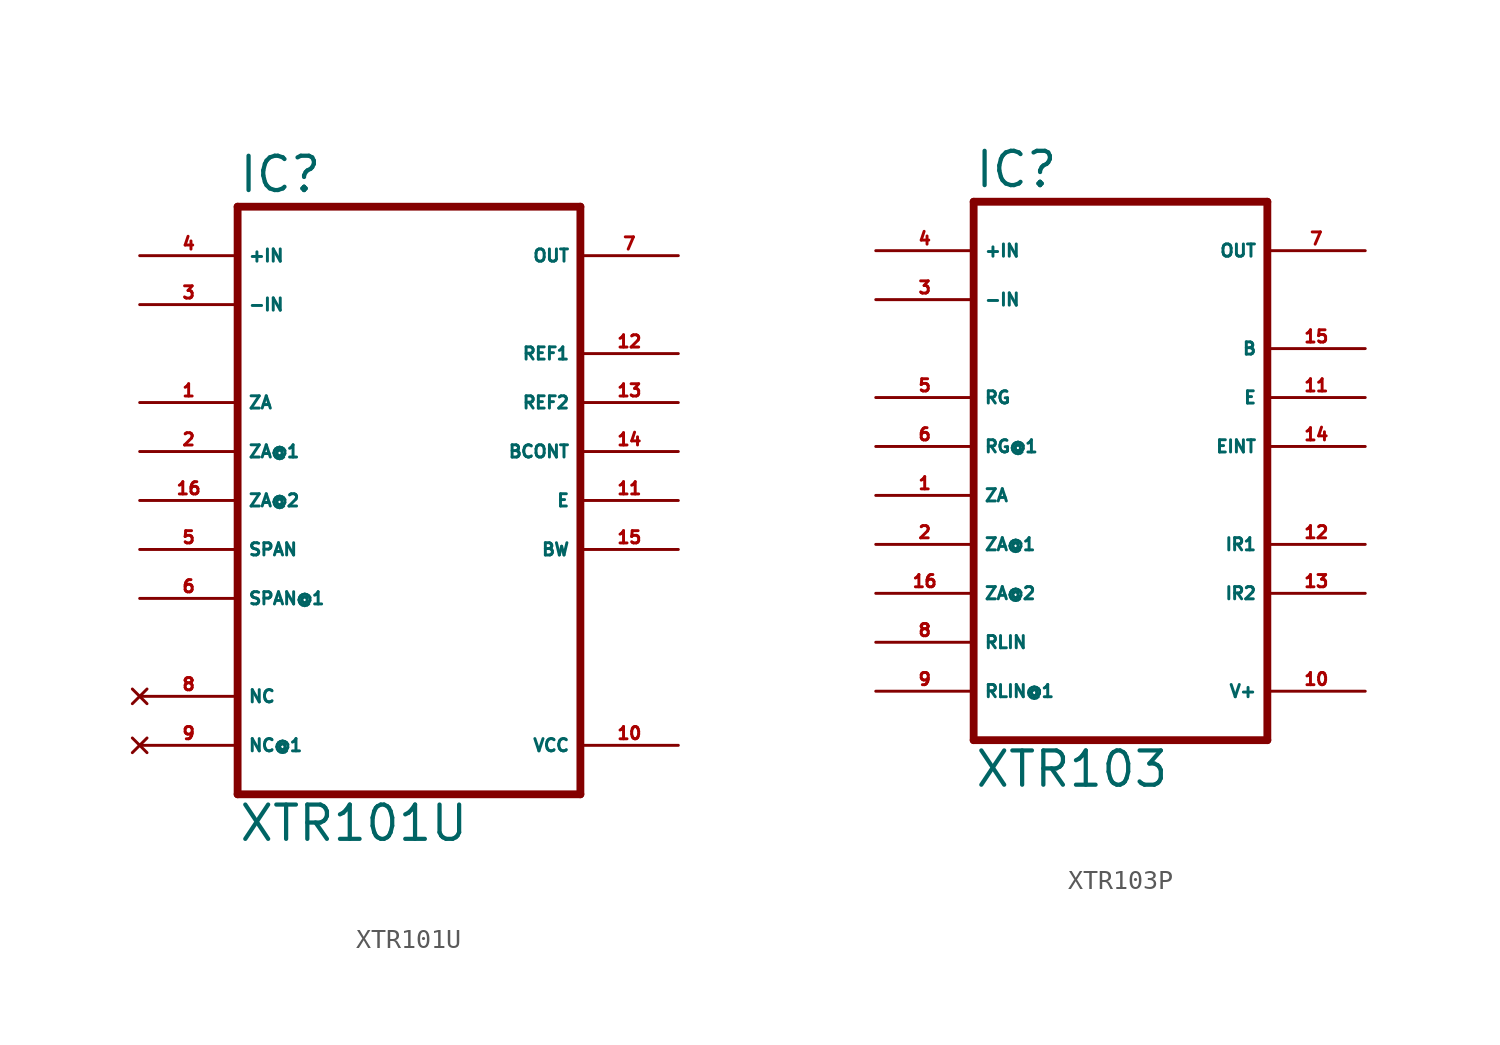
<source format=kicad_sym>
(kicad_symbol_lib
  (version 20220914)
  (generator Eagle2Kicad)
  (symbol "XTR101U"
    (property "Reference" "IC"
      (at -7.62 13.335 0)
      (effects (font (size 1.778 1.778) (thickness 0.22)) (justify left bottom)))
    (property "Value" "XTR101U"
      (at -7.62 -20.32 0)
      (effects (font (size 1.778 1.778) (thickness 0.22)) (justify left bottom)))
    (polyline
      (pts (xy -7.62 -17.78) (xy 10.16 -17.78))
      (stroke (width 0.406) (type default))
      (fill (type none)))
    (polyline
      (pts (xy 10.16 -17.78) (xy 10.16 12.7))
      (stroke (width 0.406) (type default))
      (fill (type none)))
    (polyline
      (pts (xy 10.16 12.7) (xy -7.62 12.7))
      (stroke (width 0.406) (type default))
      (fill (type none)))
    (polyline
      (pts (xy -7.62 12.7) (xy -7.62 -17.78))
      (stroke (width 0.406) (type default))
      (fill (type none)))
    (pin output line
      (at 15.24 10.16 180)
      (length 5.08)
      (name "OUT" (effects (font (size 0.635 0.635) (thickness 0.08)) (justify left bottom)))
      (number "7" (effects (font (size 0.635 0.635) (thickness 0.08)) (justify left bottom))))
    (pin output line
      (at 15.24 5.08 180)
      (length 5.08)
      (name "REF1" (effects (font (size 0.635 0.635) (thickness 0.08)) (justify left bottom)))
      (number "12" (effects (font (size 0.635 0.635) (thickness 0.08)) (justify left bottom))))
    (pin output line
      (at 15.24 2.54 180)
      (length 5.08)
      (name "REF2" (effects (font (size 0.635 0.635) (thickness 0.08)) (justify left bottom)))
      (number "13" (effects (font (size 0.635 0.635) (thickness 0.08)) (justify left bottom))))
    (pin output line
      (at 15.24 0 180)
      (length 5.08)
      (name "BCONT" (effects (font (size 0.635 0.635) (thickness 0.08)) (justify left bottom)))
      (number "14" (effects (font (size 0.635 0.635) (thickness 0.08)) (justify left bottom))))
    (pin input line
      (at -12.7 10.16 0)
      (length 5.08)
      (name "+IN" (effects (font (size 0.635 0.635) (thickness 0.08)) (justify left bottom)))
      (number "4" (effects (font (size 0.635 0.635) (thickness 0.08)) (justify left bottom))))
    (pin input line
      (at -12.7 7.62 0)
      (length 5.08)
      (name "-IN" (effects (font (size 0.635 0.635) (thickness 0.08)) (justify left bottom)))
      (number "3" (effects (font (size 0.635 0.635) (thickness 0.08)) (justify left bottom))))
    (pin passive line
      (at -12.7 2.54 0)
      (length 5.08)
      (name "ZA" (effects (font (size 0.635 0.635) (thickness 0.08)) (justify left bottom)))
      (number "1" (effects (font (size 0.635 0.635) (thickness 0.08)) (justify left bottom))))
    (pin passive line
      (at -12.7 0 0)
      (length 5.08)
      (name "ZA@1" (effects (font (size 0.635 0.635) (thickness 0.08)) (justify left bottom)))
      (number "2" (effects (font (size 0.635 0.635) (thickness 0.08)) (justify left bottom))))
    (pin unspecified line
      (at 15.24 -15.24 180)
      (length 5.08)
      (name "VCC" (effects (font (size 0.635 0.635) (thickness 0.08)) (justify left bottom)))
      (number "10" (effects (font (size 0.635 0.635) (thickness 0.08)) (justify left bottom))))
    (pin unspecified line
      (at -12.7 -2.54 0)
      (length 5.08)
      (name "ZA@2" (effects (font (size 0.635 0.635) (thickness 0.08)) (justify left bottom)))
      (number "16" (effects (font (size 0.635 0.635) (thickness 0.08)) (justify left bottom))))
    (pin unspecified line
      (at -12.7 -5.08 0)
      (length 5.08)
      (name "SPAN" (effects (font (size 0.635 0.635) (thickness 0.08)) (justify left bottom)))
      (number "5" (effects (font (size 0.635 0.635) (thickness 0.08)) (justify left bottom))))
    (pin unspecified line
      (at -12.7 -7.62 0)
      (length 5.08)
      (name "SPAN@1" (effects (font (size 0.635 0.635) (thickness 0.08)) (justify left bottom)))
      (number "6" (effects (font (size 0.635 0.635) (thickness 0.08)) (justify left bottom))))
    (pin passive line
      (at 15.24 -2.54 180)
      (length 5.08)
      (name "E" (effects (font (size 0.635 0.635) (thickness 0.08)) (justify left bottom)))
      (number "11" (effects (font (size 0.635 0.635) (thickness 0.08)) (justify left bottom))))
    (pin passive line
      (at 15.24 -5.08 180)
      (length 5.08)
      (name "BW" (effects (font (size 0.635 0.635) (thickness 0.08)) (justify left bottom)))
      (number "15" (effects (font (size 0.635 0.635) (thickness 0.08)) (justify left bottom))))
    (pin no_connect line
      (at -12.7 -12.7 0)
      (length 5.08)
      (name "NC" (effects (font (size 0.635 0.635) (thickness 0.08)) (justify left bottom) hide))
      (number "8" (effects (font (size 0.635 0.635) (thickness 0.08)) (justify left bottom) hide)))
    (pin no_connect line
      (at -12.7 -15.24 0)
      (length 5.08)
      (name "NC@1" (effects (font (size 0.635 0.635) (thickness 0.08)) (justify left bottom) hide))
      (number "9" (effects (font (size 0.635 0.635) (thickness 0.08)) (justify left bottom) hide))))
  (symbol "XTR103P"
    (property "Reference" "IC"
      (at -7.62 15.875 0)
      (effects (font (size 1.778 1.778) (thickness 0.22)) (justify left bottom)))
    (property "Value" "XTR103"
      (at -7.62 -15.24 0)
      (effects (font (size 1.778 1.778) (thickness 0.22)) (justify left bottom)))
    (polyline
      (pts (xy -7.62 -12.7) (xy 7.62 -12.7))
      (stroke (width 0.406) (type default))
      (fill (type none)))
    (polyline
      (pts (xy 7.62 -12.7) (xy 7.62 15.24))
      (stroke (width 0.406) (type default))
      (fill (type none)))
    (polyline
      (pts (xy 7.62 15.24) (xy -7.62 15.24))
      (stroke (width 0.406) (type default))
      (fill (type none)))
    (polyline
      (pts (xy -7.62 15.24) (xy -7.62 -12.7))
      (stroke (width 0.406) (type default))
      (fill (type none)))
    (pin input line
      (at -12.7 12.7 0)
      (length 5.08)
      (name "+IN" (effects (font (size 0.635 0.635) (thickness 0.08)) (justify left bottom)))
      (number "4" (effects (font (size 0.635 0.635) (thickness 0.08)) (justify left bottom))))
    (pin input line
      (at -12.7 10.16 0)
      (length 5.08)
      (name "-IN" (effects (font (size 0.635 0.635) (thickness 0.08)) (justify left bottom)))
      (number "3" (effects (font (size 0.635 0.635) (thickness 0.08)) (justify left bottom))))
    (pin passive line
      (at -12.7 0 0)
      (length 5.08)
      (name "ZA" (effects (font (size 0.635 0.635) (thickness 0.08)) (justify left bottom)))
      (number "1" (effects (font (size 0.635 0.635) (thickness 0.08)) (justify left bottom))))
    (pin passive line
      (at -12.7 -2.54 0)
      (length 5.08)
      (name "ZA@1" (effects (font (size 0.635 0.635) (thickness 0.08)) (justify left bottom)))
      (number "2" (effects (font (size 0.635 0.635) (thickness 0.08)) (justify left bottom))))
    (pin passive line
      (at -12.7 -5.08 0)
      (length 5.08)
      (name "ZA@2" (effects (font (size 0.635 0.635) (thickness 0.08)) (justify left bottom)))
      (number "16" (effects (font (size 0.635 0.635) (thickness 0.08)) (justify left bottom))))
    (pin passive line
      (at -12.7 5.08 0)
      (length 5.08)
      (name "RG" (effects (font (size 0.635 0.635) (thickness 0.08)) (justify left bottom)))
      (number "5" (effects (font (size 0.635 0.635) (thickness 0.08)) (justify left bottom))))
    (pin passive line
      (at -12.7 2.54 0)
      (length 5.08)
      (name "RG@1" (effects (font (size 0.635 0.635) (thickness 0.08)) (justify left bottom)))
      (number "6" (effects (font (size 0.635 0.635) (thickness 0.08)) (justify left bottom))))
    (pin output line
      (at 12.7 7.62 180)
      (length 5.08)
      (name "B" (effects (font (size 0.635 0.635) (thickness 0.08)) (justify left bottom)))
      (number "15" (effects (font (size 0.635 0.635) (thickness 0.08)) (justify left bottom))))
    (pin output line
      (at 12.7 5.08 180)
      (length 5.08)
      (name "E" (effects (font (size 0.635 0.635) (thickness 0.08)) (justify left bottom)))
      (number "11" (effects (font (size 0.635 0.635) (thickness 0.08)) (justify left bottom))))
    (pin unspecified line
      (at 12.7 -10.16 180)
      (length 5.08)
      (name "V+" (effects (font (size 0.635 0.635) (thickness 0.08)) (justify left bottom)))
      (number "10" (effects (font (size 0.635 0.635) (thickness 0.08)) (justify left bottom))))
    (pin passive line
      (at -12.7 -7.62 0)
      (length 5.08)
      (name "RLIN" (effects (font (size 0.635 0.635) (thickness 0.08)) (justify left bottom)))
      (number "8" (effects (font (size 0.635 0.635) (thickness 0.08)) (justify left bottom))))
    (pin passive line
      (at -12.7 -10.16 0)
      (length 5.08)
      (name "RLIN@1" (effects (font (size 0.635 0.635) (thickness 0.08)) (justify left bottom)))
      (number "9" (effects (font (size 0.635 0.635) (thickness 0.08)) (justify left bottom))))
    (pin output line
      (at 12.7 12.7 180)
      (length 5.08)
      (name "OUT" (effects (font (size 0.635 0.635) (thickness 0.08)) (justify left bottom)))
      (number "7" (effects (font (size 0.635 0.635) (thickness 0.08)) (justify left bottom))))
    (pin passive line
      (at 12.7 -5.08 180)
      (length 5.08)
      (name "IR2" (effects (font (size 0.635 0.635) (thickness 0.08)) (justify left bottom)))
      (number "13" (effects (font (size 0.635 0.635) (thickness 0.08)) (justify left bottom))))
    (pin passive line
      (at 12.7 -2.54 180)
      (length 5.08)
      (name "IR1" (effects (font (size 0.635 0.635) (thickness 0.08)) (justify left bottom)))
      (number "12" (effects (font (size 0.635 0.635) (thickness 0.08)) (justify left bottom))))
    (pin passive line
      (at 12.7 2.54 180)
      (length 5.08)
      (name "EINT" (effects (font (size 0.635 0.635) (thickness 0.08)) (justify left bottom)))
      (number "14" (effects (font (size 0.635 0.635) (thickness 0.08)) (justify left bottom))))))
</source>
